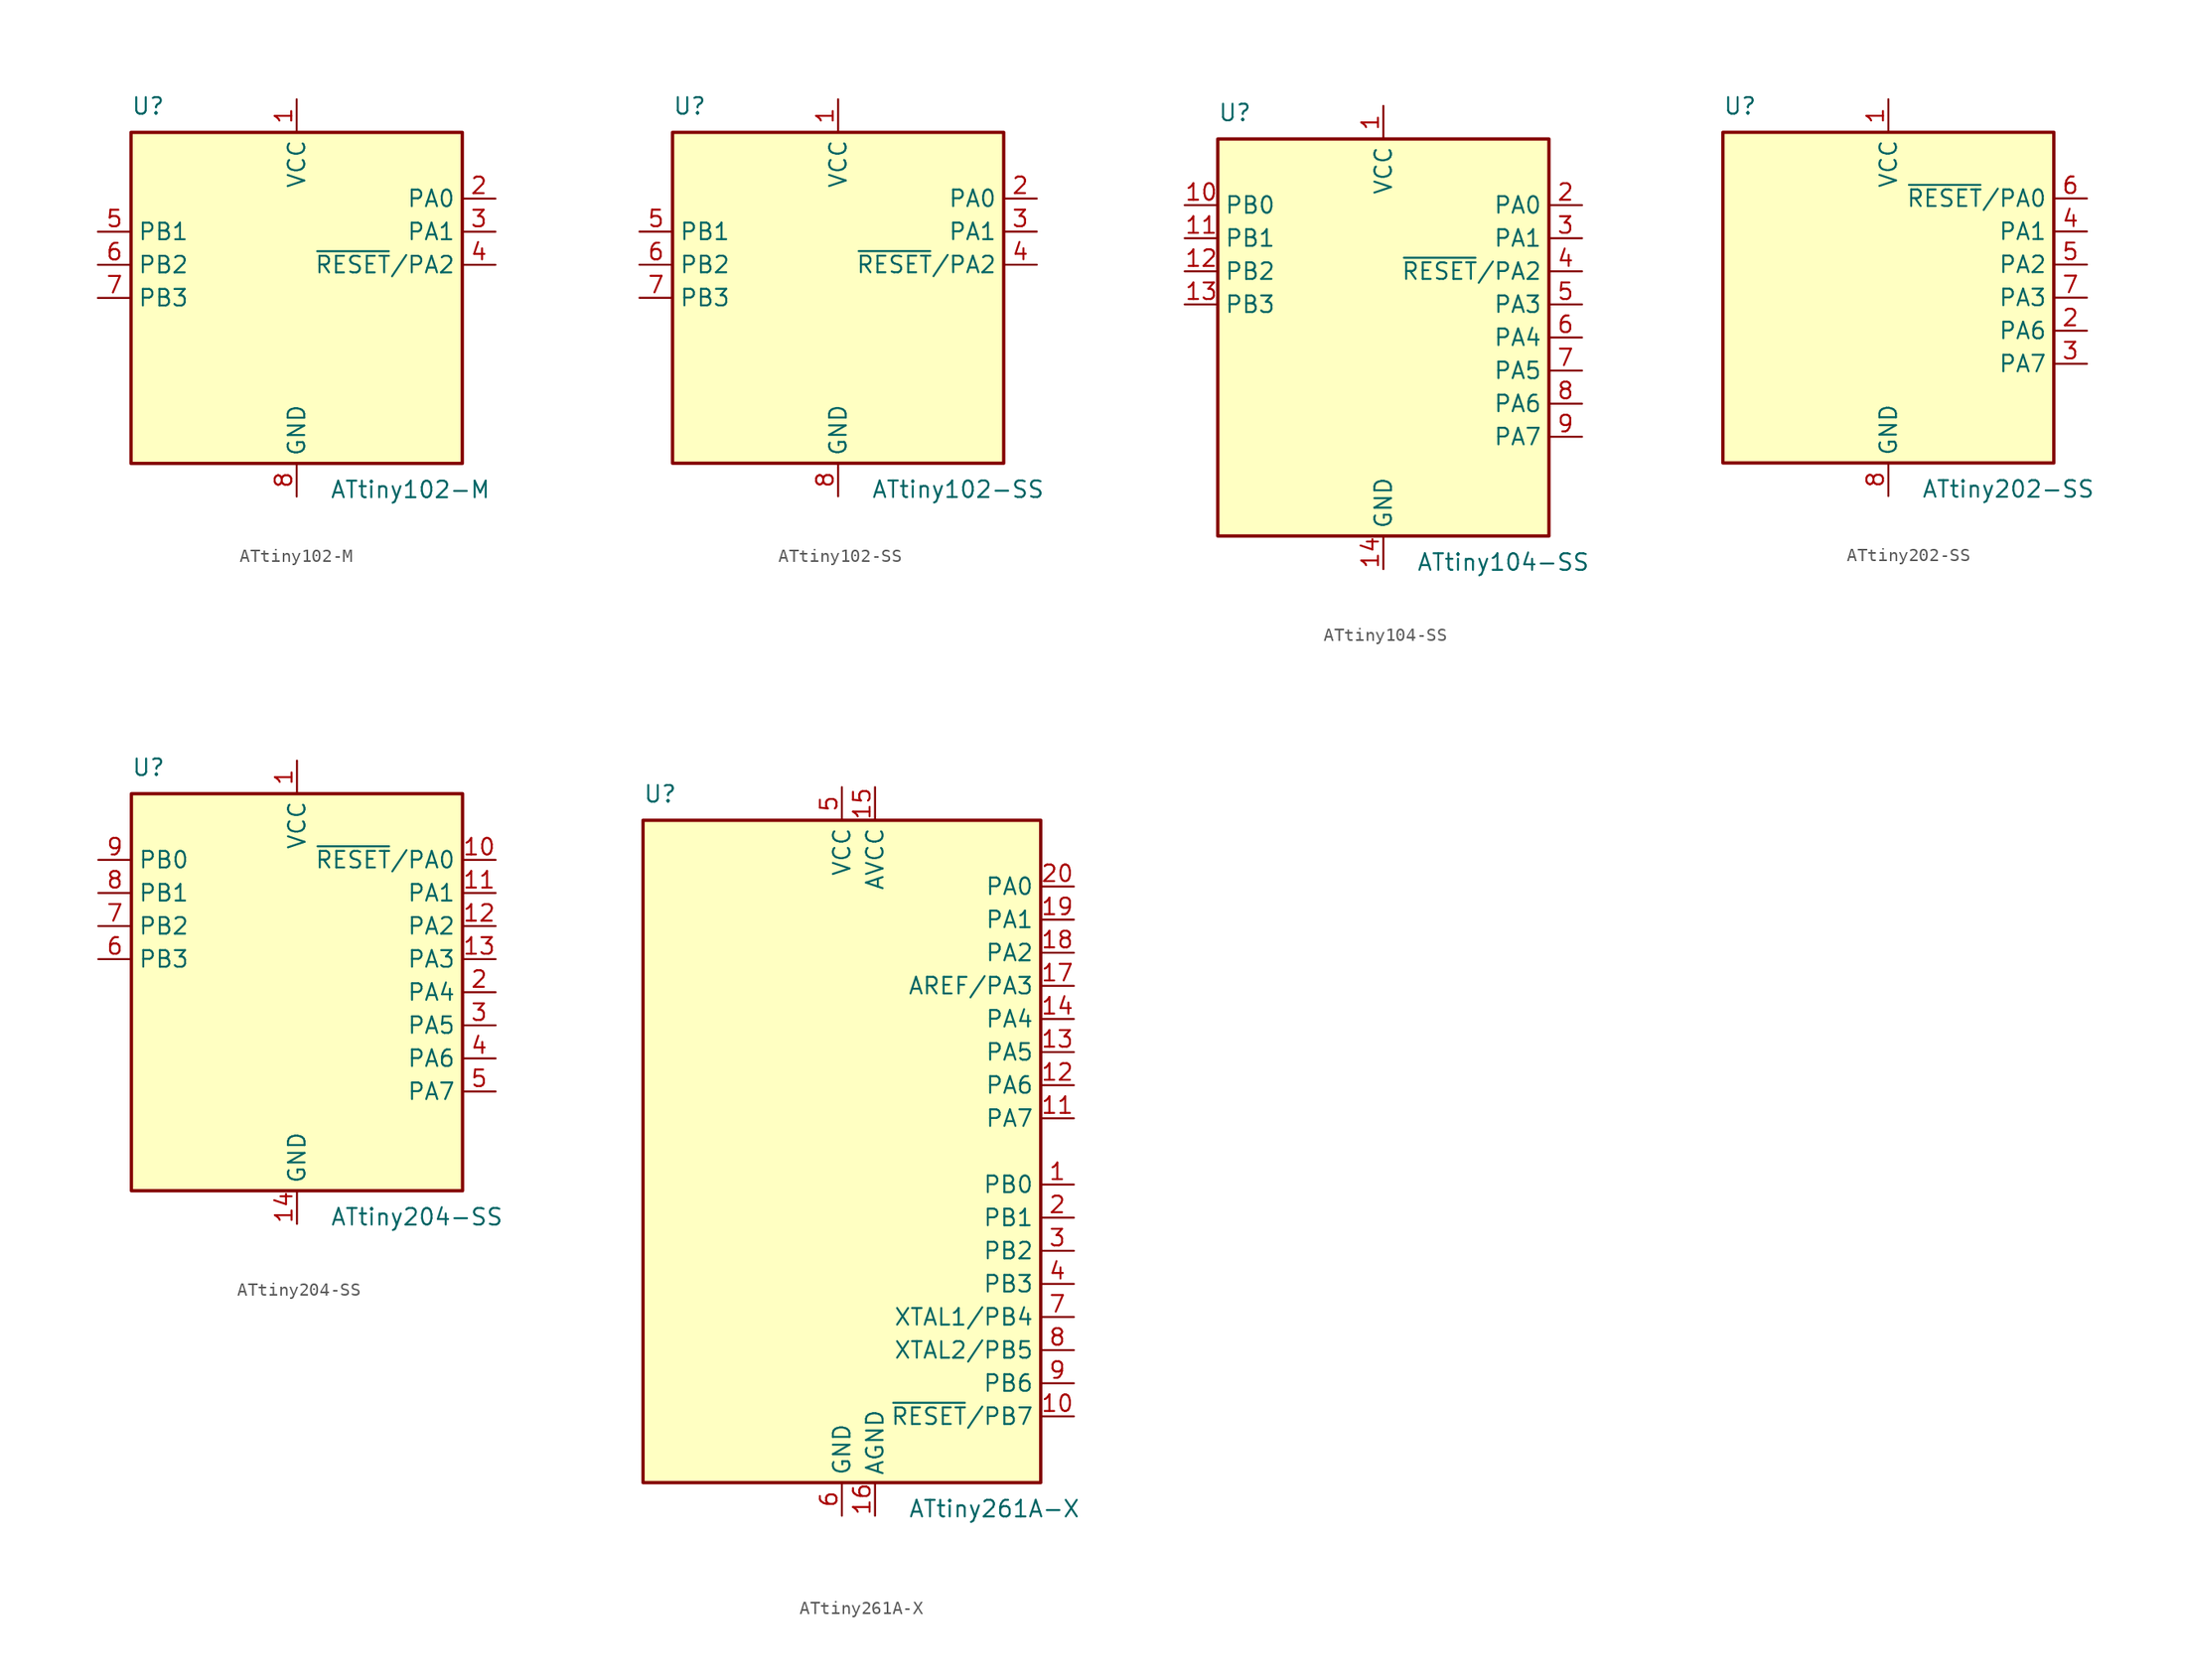
<source format=kicad_sym>
(kicad_symbol_lib
  (version 20241209)
  (generator "kicad_symbol_editor")
  (generator_version "9.0")
  (symbol "ATtiny102-M"
    (property "Reference" "U"
      (at -12.7 13.97 0)
      (effects (font (size 1.27 1.27)) (justify left bottom)))
    (property "Value" "ATtiny102-M"
      (at 2.54 -13.97 0)
      (effects (font (size 1.27 1.27)) (justify left top)))
    (symbol "ATtiny102-M_0_1"
      (rectangle (start -12.7 -12.7) (end 12.7 12.7) (stroke (width 0.254) (type default)) (fill (type background))))
    (symbol "ATtiny102-M_1_1"
      (pin bidirectional line (at -15.24 5.08 0) (length 2.54) (name "PB1" (effects (font (size 1.27 1.27)))) (number "5" (effects (font (size 1.27 1.27)))))
      (pin bidirectional line (at -15.24 2.54 0) (length 2.54) (name "PB2" (effects (font (size 1.27 1.27)))) (number "6" (effects (font (size 1.27 1.27)))))
      (pin bidirectional line (at -15.24 0 0) (length 2.54) (name "PB3" (effects (font (size 1.27 1.27)))) (number "7" (effects (font (size 1.27 1.27)))))
      (pin no_connect line (at -12.7 -7.62 0) (length 2.54) (hide yes) (name "NC" (effects (font (size 1.27 1.27)))) (number "9" (effects (font (size 1.27 1.27)))))
      (pin power_in line (at 0 15.24 270) (length 2.54) (name "VCC" (effects (font (size 1.27 1.27)))) (number "1" (effects (font (size 1.27 1.27)))))
      (pin power_in line (at 0 -15.24 90) (length 2.54) (name "GND" (effects (font (size 1.27 1.27)))) (number "8" (effects (font (size 1.27 1.27)))))
      (pin bidirectional line (at 15.24 7.62 180) (length 2.54) (name "PA0" (effects (font (size 1.27 1.27)))) (number "2" (effects (font (size 1.27 1.27)))))
      (pin bidirectional line (at 15.24 5.08 180) (length 2.54) (name "PA1" (effects (font (size 1.27 1.27)))) (number "3" (effects (font (size 1.27 1.27)))))
      (pin bidirectional line (at 15.24 2.54 180) (length 2.54) (name "~{RESET}/PA2" (effects (font (size 1.27 1.27)))) (number "4" (effects (font (size 1.27 1.27)))))))
  (symbol "ATtiny102-SS"
    (property "Reference" "U"
      (at -12.7 13.97 0)
      (effects (font (size 1.27 1.27)) (justify left bottom)))
    (property "Value" "ATtiny102-SS"
      (at 2.54 -13.97 0)
      (effects (font (size 1.27 1.27)) (justify left top)))
    (symbol "ATtiny102-SS_0_1"
      (rectangle (start -12.7 -12.7) (end 12.7 12.7) (stroke (width 0.254) (type default)) (fill (type background))))
    (symbol "ATtiny102-SS_1_1"
      (pin bidirectional line (at -15.24 5.08 0) (length 2.54) (name "PB1" (effects (font (size 1.27 1.27)))) (number "5" (effects (font (size 1.27 1.27)))))
      (pin bidirectional line (at -15.24 2.54 0) (length 2.54) (name "PB2" (effects (font (size 1.27 1.27)))) (number "6" (effects (font (size 1.27 1.27)))))
      (pin bidirectional line (at -15.24 0 0) (length 2.54) (name "PB3" (effects (font (size 1.27 1.27)))) (number "7" (effects (font (size 1.27 1.27)))))
      (pin power_in line (at 0 15.24 270) (length 2.54) (name "VCC" (effects (font (size 1.27 1.27)))) (number "1" (effects (font (size 1.27 1.27)))))
      (pin power_in line (at 0 -15.24 90) (length 2.54) (name "GND" (effects (font (size 1.27 1.27)))) (number "8" (effects (font (size 1.27 1.27)))))
      (pin bidirectional line (at 15.24 7.62 180) (length 2.54) (name "PA0" (effects (font (size 1.27 1.27)))) (number "2" (effects (font (size 1.27 1.27)))))
      (pin bidirectional line (at 15.24 5.08 180) (length 2.54) (name "PA1" (effects (font (size 1.27 1.27)))) (number "3" (effects (font (size 1.27 1.27)))))
      (pin bidirectional line (at 15.24 2.54 180) (length 2.54) (name "~{RESET}/PA2" (effects (font (size 1.27 1.27)))) (number "4" (effects (font (size 1.27 1.27)))))))
  (symbol "ATtiny104-SS"
    (property "Reference" "U"
      (at -12.7 16.51 0)
      (effects (font (size 1.27 1.27)) (justify left bottom)))
    (property "Value" "ATtiny104-SS"
      (at 2.54 -16.51 0)
      (effects (font (size 1.27 1.27)) (justify left top)))
    (symbol "ATtiny104-SS_0_1"
      (rectangle (start -12.7 -15.24) (end 12.7 15.24) (stroke (width 0.254) (type default)) (fill (type background))))
    (symbol "ATtiny104-SS_1_1"
      (pin bidirectional line (at -15.24 10.16 0) (length 2.54) (name "PB0" (effects (font (size 1.27 1.27)))) (number "10" (effects (font (size 1.27 1.27)))))
      (pin bidirectional line (at -15.24 7.62 0) (length 2.54) (name "PB1" (effects (font (size 1.27 1.27)))) (number "11" (effects (font (size 1.27 1.27)))))
      (pin bidirectional line (at -15.24 5.08 0) (length 2.54) (name "PB2" (effects (font (size 1.27 1.27)))) (number "12" (effects (font (size 1.27 1.27)))))
      (pin bidirectional line (at -15.24 2.54 0) (length 2.54) (name "PB3" (effects (font (size 1.27 1.27)))) (number "13" (effects (font (size 1.27 1.27)))))
      (pin power_in line (at 0 17.78 270) (length 2.54) (name "VCC" (effects (font (size 1.27 1.27)))) (number "1" (effects (font (size 1.27 1.27)))))
      (pin power_in line (at 0 -17.78 90) (length 2.54) (name "GND" (effects (font (size 1.27 1.27)))) (number "14" (effects (font (size 1.27 1.27)))))
      (pin bidirectional line (at 15.24 10.16 180) (length 2.54) (name "PA0" (effects (font (size 1.27 1.27)))) (number "2" (effects (font (size 1.27 1.27)))))
      (pin bidirectional line (at 15.24 7.62 180) (length 2.54) (name "PA1" (effects (font (size 1.27 1.27)))) (number "3" (effects (font (size 1.27 1.27)))))
      (pin bidirectional line (at 15.24 5.08 180) (length 2.54) (name "~{RESET}/PA2" (effects (font (size 1.27 1.27)))) (number "4" (effects (font (size 1.27 1.27)))))
      (pin bidirectional line (at 15.24 2.54 180) (length 2.54) (name "PA3" (effects (font (size 1.27 1.27)))) (number "5" (effects (font (size 1.27 1.27)))))
      (pin bidirectional line (at 15.24 0 180) (length 2.54) (name "PA4" (effects (font (size 1.27 1.27)))) (number "6" (effects (font (size 1.27 1.27)))))
      (pin bidirectional line (at 15.24 -2.54 180) (length 2.54) (name "PA5" (effects (font (size 1.27 1.27)))) (number "7" (effects (font (size 1.27 1.27)))))
      (pin bidirectional line (at 15.24 -5.08 180) (length 2.54) (name "PA6" (effects (font (size 1.27 1.27)))) (number "8" (effects (font (size 1.27 1.27)))))
      (pin bidirectional line (at 15.24 -7.62 180) (length 2.54) (name "PA7" (effects (font (size 1.27 1.27)))) (number "9" (effects (font (size 1.27 1.27)))))))
  (symbol "ATtiny202-SS"
    (property "Reference" "U"
      (at -12.7 13.97 0)
      (effects (font (size 1.27 1.27)) (justify left bottom)))
    (property "Value" "ATtiny202-SS"
      (at 2.54 -13.97 0)
      (effects (font (size 1.27 1.27)) (justify left top)))
    (symbol "ATtiny202-SS_0_1"
      (rectangle (start -12.7 -12.7) (end 12.7 12.7) (stroke (width 0.254) (type default)) (fill (type background))))
    (symbol "ATtiny202-SS_1_1"
      (pin power_in line (at 0 15.24 270) (length 2.54) (name "VCC" (effects (font (size 1.27 1.27)))) (number "1" (effects (font (size 1.27 1.27)))))
      (pin power_in line (at 0 -15.24 90) (length 2.54) (name "GND" (effects (font (size 1.27 1.27)))) (number "8" (effects (font (size 1.27 1.27)))))
      (pin bidirectional line (at 15.24 7.62 180) (length 2.54) (name "~{RESET}/PA0" (effects (font (size 1.27 1.27)))) (number "6" (effects (font (size 1.27 1.27)))))
      (pin bidirectional line (at 15.24 5.08 180) (length 2.54) (name "PA1" (effects (font (size 1.27 1.27)))) (number "4" (effects (font (size 1.27 1.27)))))
      (pin bidirectional line (at 15.24 2.54 180) (length 2.54) (name "PA2" (effects (font (size 1.27 1.27)))) (number "5" (effects (font (size 1.27 1.27)))))
      (pin bidirectional line (at 15.24 0 180) (length 2.54) (name "PA3" (effects (font (size 1.27 1.27)))) (number "7" (effects (font (size 1.27 1.27)))))
      (pin bidirectional line (at 15.24 -2.54 180) (length 2.54) (name "PA6" (effects (font (size 1.27 1.27)))) (number "2" (effects (font (size 1.27 1.27)))))
      (pin bidirectional line (at 15.24 -5.08 180) (length 2.54) (name "PA7" (effects (font (size 1.27 1.27)))) (number "3" (effects (font (size 1.27 1.27)))))))
  (symbol "ATtiny204-SS"
    (property "Reference" "U"
      (at -12.7 16.51 0)
      (effects (font (size 1.27 1.27)) (justify left bottom)))
    (property "Value" "ATtiny204-SS"
      (at 2.54 -16.51 0)
      (effects (font (size 1.27 1.27)) (justify left top)))
    (symbol "ATtiny204-SS_0_1"
      (rectangle (start -12.7 -15.24) (end 12.7 15.24) (stroke (width 0.254) (type default)) (fill (type background))))
    (symbol "ATtiny204-SS_1_1"
      (pin bidirectional line (at -15.24 10.16 0) (length 2.54) (name "PB0" (effects (font (size 1.27 1.27)))) (number "9" (effects (font (size 1.27 1.27)))))
      (pin bidirectional line (at -15.24 7.62 0) (length 2.54) (name "PB1" (effects (font (size 1.27 1.27)))) (number "8" (effects (font (size 1.27 1.27)))))
      (pin bidirectional line (at -15.24 5.08 0) (length 2.54) (name "PB2" (effects (font (size 1.27 1.27)))) (number "7" (effects (font (size 1.27 1.27)))))
      (pin bidirectional line (at -15.24 2.54 0) (length 2.54) (name "PB3" (effects (font (size 1.27 1.27)))) (number "6" (effects (font (size 1.27 1.27)))))
      (pin power_in line (at 0 17.78 270) (length 2.54) (name "VCC" (effects (font (size 1.27 1.27)))) (number "1" (effects (font (size 1.27 1.27)))))
      (pin power_in line (at 0 -17.78 90) (length 2.54) (name "GND" (effects (font (size 1.27 1.27)))) (number "14" (effects (font (size 1.27 1.27)))))
      (pin bidirectional line (at 15.24 10.16 180) (length 2.54) (name "~{RESET}/PA0" (effects (font (size 1.27 1.27)))) (number "10" (effects (font (size 1.27 1.27)))))
      (pin bidirectional line (at 15.24 7.62 180) (length 2.54) (name "PA1" (effects (font (size 1.27 1.27)))) (number "11" (effects (font (size 1.27 1.27)))))
      (pin bidirectional line (at 15.24 5.08 180) (length 2.54) (name "PA2" (effects (font (size 1.27 1.27)))) (number "12" (effects (font (size 1.27 1.27)))))
      (pin bidirectional line (at 15.24 2.54 180) (length 2.54) (name "PA3" (effects (font (size 1.27 1.27)))) (number "13" (effects (font (size 1.27 1.27)))))
      (pin bidirectional line (at 15.24 0 180) (length 2.54) (name "PA4" (effects (font (size 1.27 1.27)))) (number "2" (effects (font (size 1.27 1.27)))))
      (pin bidirectional line (at 15.24 -2.54 180) (length 2.54) (name "PA5" (effects (font (size 1.27 1.27)))) (number "3" (effects (font (size 1.27 1.27)))))
      (pin bidirectional line (at 15.24 -5.08 180) (length 2.54) (name "PA6" (effects (font (size 1.27 1.27)))) (number "4" (effects (font (size 1.27 1.27)))))
      (pin bidirectional line (at 15.24 -7.62 180) (length 2.54) (name "PA7" (effects (font (size 1.27 1.27)))) (number "5" (effects (font (size 1.27 1.27)))))))
  (symbol "ATtiny261A-X"
    (property "Reference" "U"
      (at -15.24 26.67 0)
      (effects (font (size 1.27 1.27)) (justify left bottom)))
    (property "Value" "ATtiny261A-X"
      (at 5.08 -26.67 0)
      (effects (font (size 1.27 1.27)) (justify left top)))
    (symbol "ATtiny261A-X_0_1"
      (rectangle (start -15.24 -25.4) (end 15.24 25.4) (stroke (width 0.254) (type default)) (fill (type background))))
    (symbol "ATtiny261A-X_1_1"
      (pin power_in line (at 0 27.94 270) (length 2.54) (name "VCC" (effects (font (size 1.27 1.27)))) (number "5" (effects (font (size 1.27 1.27)))))
      (pin power_in line (at 0 -27.94 90) (length 2.54) (name "GND" (effects (font (size 1.27 1.27)))) (number "6" (effects (font (size 1.27 1.27)))))
      (pin power_in line (at 2.54 27.94 270) (length 2.54) (name "AVCC" (effects (font (size 1.27 1.27)))) (number "15" (effects (font (size 1.27 1.27)))))
      (pin power_in line (at 2.54 -27.94 90) (length 2.54) (name "AGND" (effects (font (size 1.27 1.27)))) (number "16" (effects (font (size 1.27 1.27)))))
      (pin bidirectional line (at 17.78 20.32 180) (length 2.54) (name "PA0" (effects (font (size 1.27 1.27)))) (number "20" (effects (font (size 1.27 1.27)))))
      (pin bidirectional line (at 17.78 17.78 180) (length 2.54) (name "PA1" (effects (font (size 1.27 1.27)))) (number "19" (effects (font (size 1.27 1.27)))))
      (pin bidirectional line (at 17.78 15.24 180) (length 2.54) (name "PA2" (effects (font (size 1.27 1.27)))) (number "18" (effects (font (size 1.27 1.27)))))
      (pin bidirectional line (at 17.78 12.7 180) (length 2.54) (name "AREF/PA3" (effects (font (size 1.27 1.27)))) (number "17" (effects (font (size 1.27 1.27)))))
      (pin bidirectional line (at 17.78 10.16 180) (length 2.54) (name "PA4" (effects (font (size 1.27 1.27)))) (number "14" (effects (font (size 1.27 1.27)))))
      (pin bidirectional line (at 17.78 7.62 180) (length 2.54) (name "PA5" (effects (font (size 1.27 1.27)))) (number "13" (effects (font (size 1.27 1.27)))))
      (pin bidirectional line (at 17.78 5.08 180) (length 2.54) (name "PA6" (effects (font (size 1.27 1.27)))) (number "12" (effects (font (size 1.27 1.27)))))
      (pin bidirectional line (at 17.78 2.54 180) (length 2.54) (name "PA7" (effects (font (size 1.27 1.27)))) (number "11" (effects (font (size 1.27 1.27)))))
      (pin bidirectional line (at 17.78 -2.54 180) (length 2.54) (name "PB0" (effects (font (size 1.27 1.27)))) (number "1" (effects (font (size 1.27 1.27)))))
      (pin bidirectional line (at 17.78 -5.08 180) (length 2.54) (name "PB1" (effects (font (size 1.27 1.27)))) (number "2" (effects (font (size 1.27 1.27)))))
      (pin bidirectional line (at 17.78 -7.62 180) (length 2.54) (name "PB2" (effects (font (size 1.27 1.27)))) (number "3" (effects (font (size 1.27 1.27)))))
      (pin bidirectional line (at 17.78 -10.16 180) (length 2.54) (name "PB3" (effects (font (size 1.27 1.27)))) (number "4" (effects (font (size 1.27 1.27)))))
      (pin bidirectional line (at 17.78 -12.7 180) (length 2.54) (name "XTAL1/PB4" (effects (font (size 1.27 1.27)))) (number "7" (effects (font (size 1.27 1.27)))))
      (pin bidirectional line (at 17.78 -15.24 180) (length 2.54) (name "XTAL2/PB5" (effects (font (size 1.27 1.27)))) (number "8" (effects (font (size 1.27 1.27)))))
      (pin bidirectional line (at 17.78 -17.78 180) (length 2.54) (name "PB6" (effects (font (size 1.27 1.27)))) (number "9" (effects (font (size 1.27 1.27)))))
      (pin bidirectional line (at 17.78 -20.32 180) (length 2.54) (name "~{RESET}/PB7" (effects (font (size 1.27 1.27)))) (number "10" (effects (font (size 1.27 1.27))))))))
</source>
